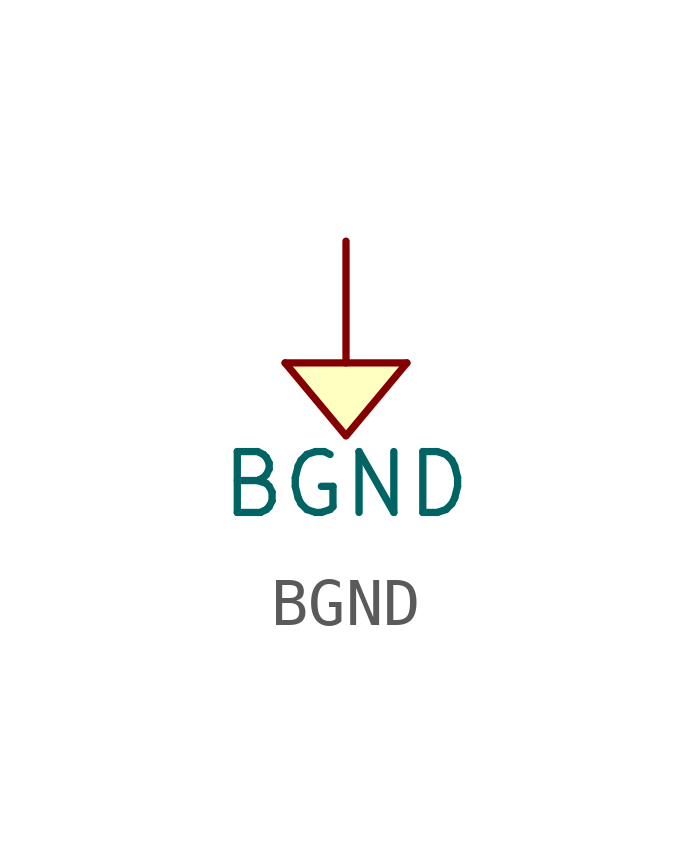
<source format=kicad_sym>
(kicad_symbol_lib
  (version 20220914)
  (generator kicad_symbol_editor)
  (symbol "BGND"
    (power)
    (pin_numbers hide)
    (pin_names
      (offset 0) hide)
    (property "Reference" "#PWR"
      (at 0 -4.318 0)
      (effects (font (size 1.27 1.27)) hide))
    (property "Value" "BGND"
      (at 0 -2.54 0)
      (effects (font (size 1.27 1.27))))
    (property "Footprint" ""
      (at 0 2.54 0)
      (effects (font (size 1.524 1.524))))
    (property "Datasheet" ""
      (at -0.508 -2.286 0)
      (effects (font (size 1.524 1.524))))
    (symbol "BGND_0_1"
      (polyline (pts (xy 0 0) (xy 1.27 0)) (stroke (width 0) (type default)) (fill (type none)))
      (polyline (pts (xy -1.27 0) (xy 0 -1.524) (xy 1.27 0)) (stroke (width 0) (type default)) (fill (type background)))
      (polyline (pts (xy 0 2.54) (xy 0 0) (xy -1.27 0)) (stroke (width 0) (type default)) (fill (type none))))
    (symbol "BGND_1_1"
      (pin power_in line (at 0 2.54 90) (length 0) hide (name "BGND" (effects (font (size 1.27 1.27)))) (number "1" (effects (font (size 1.27 1.27))))))))
</source>
